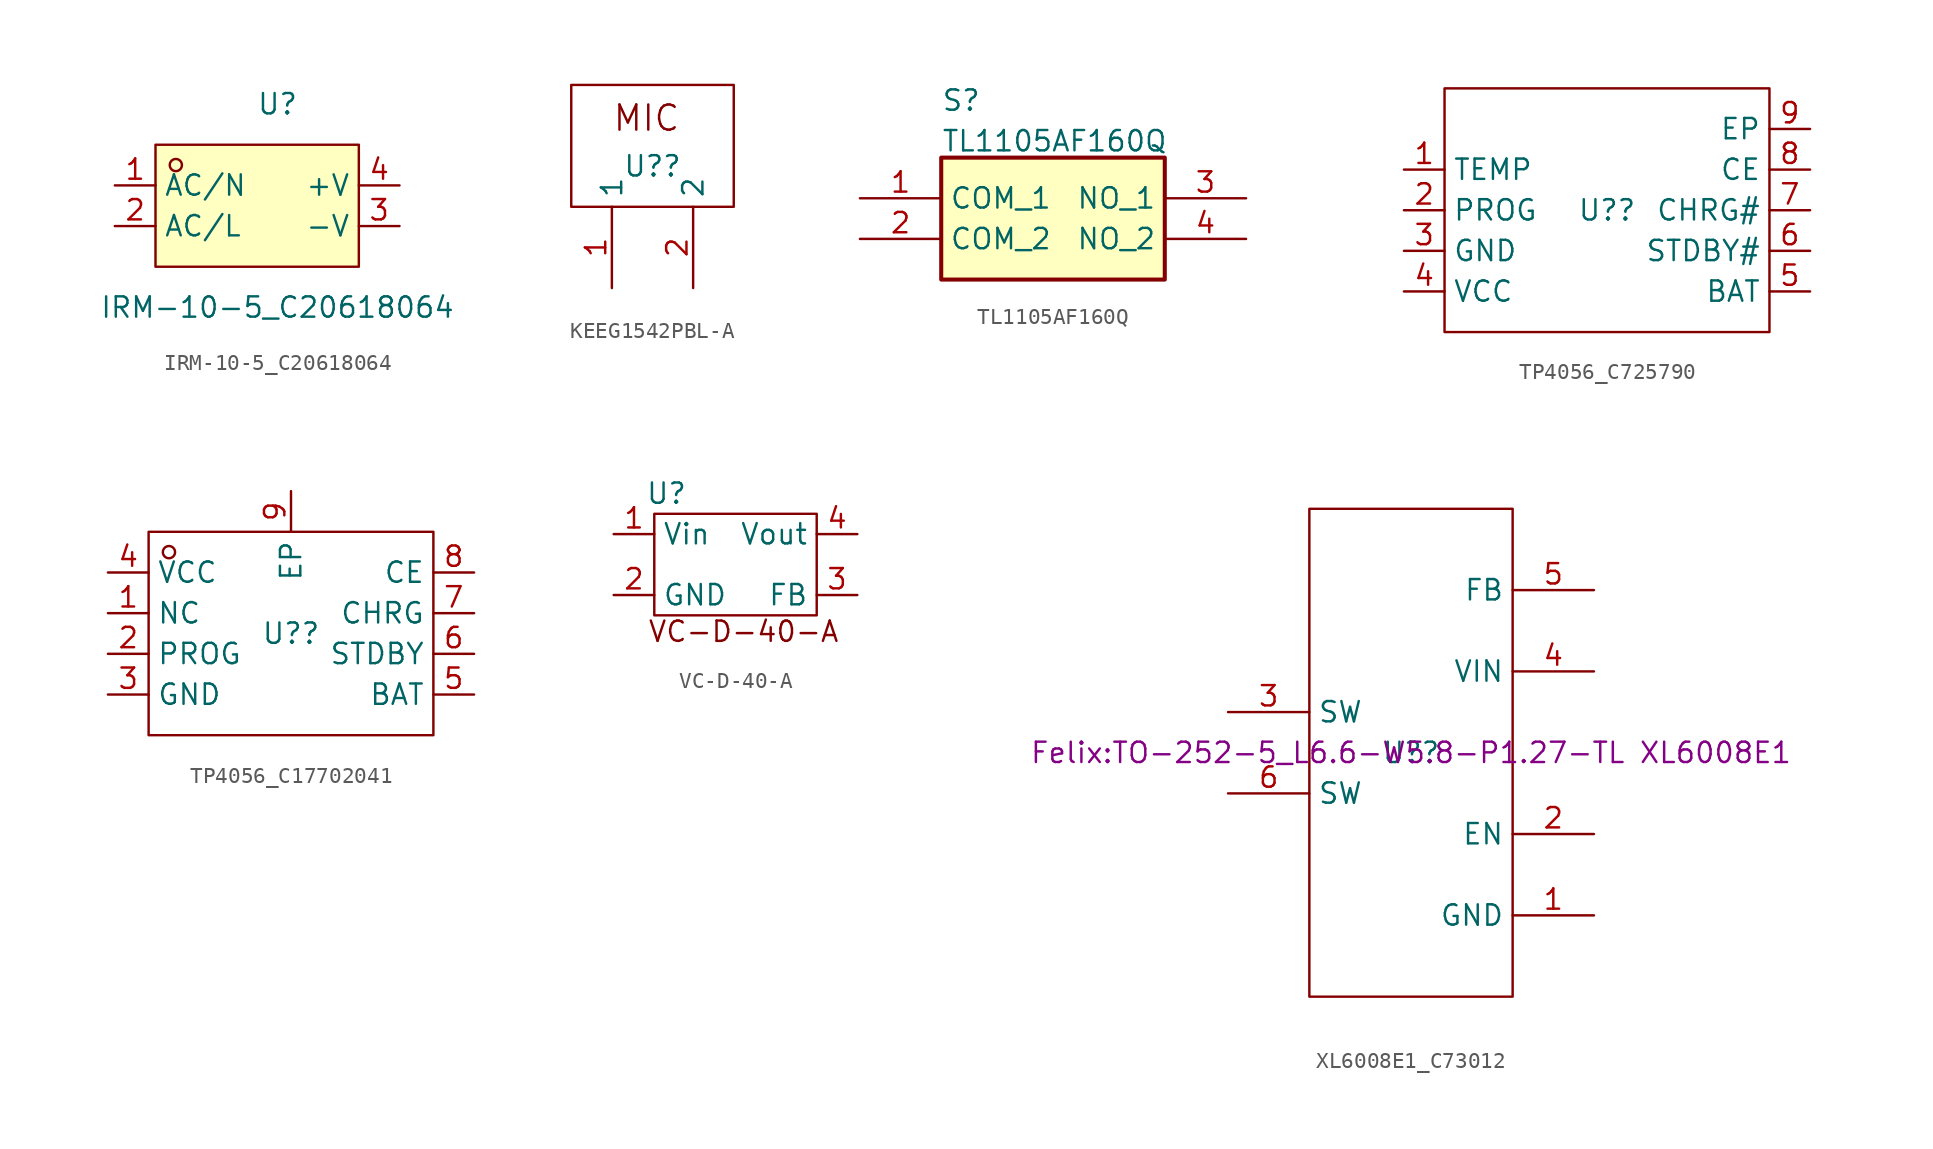
<source format=kicad_sym>
(kicad_symbol_lib
  (version 20241209)
  (generator "kicad_symbol_editor")
  (generator_version "9.0")
  (symbol "IRM-10-5_C20618064"
    (property "Reference" "U"
      (at 0 7.62 0)
      (effects (font (size 1.27 1.27))))
    (property "Value" "IRM-10-5_C20618064"
      (at 0 -5.08 0)
      (effects (font (size 1.27 1.27))))
    (symbol "IRM-10-5_C20618064_0_1"
      (rectangle (start -7.62 5.08) (end 5.08 -2.54) (stroke (width 0) (type default)) (fill (type background)))
      (circle (center -6.35 3.81) (radius 0.38) (stroke (width 0) (type default)) (fill (type none)))
      (pin unspecified line (at -10.16 2.54 0) (length 2.54) (name "AC/N" (effects (font (size 1.27 1.27)))) (number "1" (effects (font (size 1.27 1.27)))))
      (pin unspecified line (at -10.16 0 0) (length 2.54) (name "AC/L" (effects (font (size 1.27 1.27)))) (number "2" (effects (font (size 1.27 1.27)))))
      (pin unspecified line (at 7.62 2.54 180) (length 2.54) (name "+V" (effects (font (size 1.27 1.27)))) (number "4" (effects (font (size 1.27 1.27)))))
      (pin unspecified line (at 7.62 0 180) (length 2.54) (name "-V" (effects (font (size 1.27 1.27)))) (number "3" (effects (font (size 1.27 1.27)))))))
  (symbol "KEEG1542PBL-A"
    (property "Reference" "U?"
      (at 0 0 0)
      (effects (font (size 1.27 1.27))))
    (property "Value" ""
      (at 0 0 0)
      (effects (font (size 1.27 1.27))))
    (symbol "KEEG1542PBL-A_1_0"
      (rectangle (start -5.08 -2.54) (end 5.08 5.08) (stroke (width 0) (type default)) (fill (type none)))
      (text "MIC" (at -2.54 2.083 0) (effects (font (size 1.575 1.575)) (justify left bottom)))
      (pin unspecified line (at -2.54 -7.62 90) (length 5.08) (name "1" (effects (font (size 1.27 1.27)))) (number "1" (effects (font (size 1.27 1.27)))))
      (pin unspecified line (at 2.54 -7.62 90) (length 5.08) (name "2" (effects (font (size 1.27 1.27)))) (number "2" (effects (font (size 1.27 1.27)))))))
  (symbol "TL1105AF160Q"
    (property "Reference" "S"
      (at 5.08 6.858 0)
      (effects (font (size 1.27 1.27)) (justify left top)))
    (property "Value" "TL1105AF160Q"
      (at 5.08 4.318 0)
      (effects (font (size 1.27 1.27)) (justify left top)))
    (symbol "TL1105AF160Q_1_1"
      (rectangle (start 5.08 2.54) (end 19.05 -5.08) (stroke (width 0.254) (type default)) (fill (type background)))
      (pin passive line (at 0 0 0) (length 5.08) (name "COM_1" (effects (font (size 1.27 1.27)))) (number "1" (effects (font (size 1.27 1.27)))))
      (pin passive line (at 0 -2.54 0) (length 5.08) (name "COM_2" (effects (font (size 1.27 1.27)))) (number "2" (effects (font (size 1.27 1.27)))))
      (pin passive line (at 24.13 0 180) (length 5.08) (name "NO_1" (effects (font (size 1.27 1.27)))) (number "3" (effects (font (size 1.27 1.27)))))
      (pin passive line (at 24.13 -2.54 180) (length 5.08) (name "NO_2" (effects (font (size 1.27 1.27)))) (number "4" (effects (font (size 1.27 1.27)))))))
  (symbol "TP4056_C725790"
    (property "Reference" "U?"
      (at 0 0 0)
      (effects (font (size 1.27 1.27))))
    (property "Value" ""
      (at 0 0 0)
      (effects (font (size 1.27 1.27))))
    (symbol "TP4056_C725790_1_0"
      (rectangle (start -10.16 7.62) (end 10.16 -7.62) (stroke (width 0) (type default)) (fill (type none)))
      (pin unspecified line (at -12.7 2.54 0) (length 2.54) (name "TEMP" (effects (font (size 1.27 1.27)))) (number "1" (effects (font (size 1.27 1.27)))))
      (pin unspecified line (at -12.7 0 0) (length 2.54) (name "PROG" (effects (font (size 1.27 1.27)))) (number "2" (effects (font (size 1.27 1.27)))))
      (pin unspecified line (at -12.7 -2.54 0) (length 2.54) (name "GND" (effects (font (size 1.27 1.27)))) (number "3" (effects (font (size 1.27 1.27)))))
      (pin unspecified line (at -12.7 -5.08 0) (length 2.54) (name "VCC" (effects (font (size 1.27 1.27)))) (number "4" (effects (font (size 1.27 1.27)))))
      (pin unspecified line (at 12.7 5.08 180) (length 2.54) (name "EP" (effects (font (size 1.27 1.27)))) (number "9" (effects (font (size 1.27 1.27)))))
      (pin unspecified line (at 12.7 2.54 180) (length 2.54) (name "CE" (effects (font (size 1.27 1.27)))) (number "8" (effects (font (size 1.27 1.27)))))
      (pin unspecified line (at 12.7 0 180) (length 2.54) (name "CHRG#" (effects (font (size 1.27 1.27)))) (number "7" (effects (font (size 1.27 1.27)))))
      (pin unspecified line (at 12.7 -2.54 180) (length 2.54) (name "STDBY#" (effects (font (size 1.27 1.27)))) (number "6" (effects (font (size 1.27 1.27)))))
      (pin unspecified line (at 12.7 -5.08 180) (length 2.54) (name "BAT" (effects (font (size 1.27 1.27)))) (number "5" (effects (font (size 1.27 1.27)))))))
  (symbol "TP4056_C17702041"
    (property "Reference" "U?"
      (at 0 0 0)
      (effects (font (size 1.27 1.27))))
    (property "Value" ""
      (at 0 0 0)
      (effects (font (size 1.27 1.27))))
    (symbol "TP4056_C17702041_1_0"
      (rectangle (start -8.89 -6.35) (end 8.89 6.35) (stroke (width 0) (type default)) (fill (type none)))
      (circle (center -7.62 5.08) (radius 0.381) (stroke (width 0) (type default)) (fill (type none)))
      (pin unspecified line (at -11.43 3.81 0) (length 2.54) (name "VCC" (effects (font (size 1.27 1.27)))) (number "4" (effects (font (size 1.27 1.27)))))
      (pin unspecified line (at -11.43 1.27 0) (length 2.54) (name "NC" (effects (font (size 1.27 1.27)))) (number "1" (effects (font (size 1.27 1.27)))))
      (pin unspecified line (at -11.43 -1.27 0) (length 2.54) (name "PROG" (effects (font (size 1.27 1.27)))) (number "2" (effects (font (size 1.27 1.27)))))
      (pin unspecified line (at -11.43 -3.81 0) (length 2.54) (name "GND" (effects (font (size 1.27 1.27)))) (number "3" (effects (font (size 1.27 1.27)))))
      (pin unspecified line (at 0 8.89 270) (length 2.54) (name "EP" (effects (font (size 1.27 1.27)))) (number "9" (effects (font (size 1.27 1.27)))))
      (pin unspecified line (at 11.43 3.81 180) (length 2.54) (name "CE" (effects (font (size 1.27 1.27)))) (number "8" (effects (font (size 1.27 1.27)))))
      (pin unspecified line (at 11.43 1.27 180) (length 2.54) (name "CHRG" (effects (font (size 1.27 1.27)))) (number "7" (effects (font (size 1.27 1.27)))))
      (pin unspecified line (at 11.43 -1.27 180) (length 2.54) (name "STDBY" (effects (font (size 1.27 1.27)))) (number "6" (effects (font (size 1.27 1.27)))))
      (pin unspecified line (at 11.43 -3.81 180) (length 2.54) (name "BAT" (effects (font (size 1.27 1.27)))) (number "5" (effects (font (size 1.27 1.27)))))))
  (symbol "VC-D-40-A"
    (property "Reference" "U"
      (at 0.762 7.62 0)
      (effects (font (size 1.27 1.27))))
    (property "Value" ""
      (at 0 0 0)
      (effects (font (size 1.27 1.27))))
    (symbol "VC-D-40-A_0_1"
      (rectangle (start 0 6.35) (end 10.16 0) (stroke (width 0) (type default)) (fill (type none))))
    (symbol "VC-D-40-A_1_1"
      (text "VC-D-40-A" (at 5.588 -1.016 0) (effects (font (size 1.27 1.27))))
      (pin input line (at -2.54 5.08 0) (length 2.54) (name "Vin" (effects (font (size 1.27 1.27)))) (number "1" (effects (font (size 1.27 1.27)))))
      (pin input line (at -2.54 1.27 0) (length 2.54) (name "GND" (effects (font (size 1.27 1.27)))) (number "2" (effects (font (size 1.27 1.27)))))
      (pin input line (at 12.7 5.08 180) (length 2.54) (name "Vout" (effects (font (size 1.27 1.27)))) (number "4" (effects (font (size 1.27 1.27)))))
      (pin input line (at 12.7 1.27 180) (length 2.54) (name "FB" (effects (font (size 1.27 1.27)))) (number "3" (effects (font (size 1.27 1.27)))))))
  (symbol "XL6008E1_C73012"
    (property "Reference" "U?"
      (at 0 0 0)
      (effects (font (size 1.27 1.27))))
    (property "Value" ""
      (at 0 0 0)
      (effects (font (size 1.27 1.27))))
    (property "Footprint" "Felix:TO-252-5_L6.6-W5.8-P1.27-TL XL6008E1"
      (at 0 0 0)
      (effects (font (size 1.27 1.27))))
    (symbol "XL6008E1_C73012_1_0"
      (rectangle (start -6.35 15.24) (end 6.35 -15.24) (stroke (width 0) (type default)) (fill (type none)))
      (pin unspecified line (at -11.43 2.54 0) (length 5.08) (name "SW" (effects (font (size 1.27 1.27)))) (number "3" (effects (font (size 1.27 1.27)))))
      (pin unspecified line (at -11.43 -2.54 0) (length 5.08) (name "SW" (effects (font (size 1.27 1.27)))) (number "6" (effects (font (size 1.27 1.27)))))
      (pin unspecified line (at 11.43 10.16 180) (length 5.08) (name "FB" (effects (font (size 1.27 1.27)))) (number "5" (effects (font (size 1.27 1.27)))))
      (pin unspecified line (at 11.43 5.08 180) (length 5.08) (name "VIN" (effects (font (size 1.27 1.27)))) (number "4" (effects (font (size 1.27 1.27)))))
      (pin unspecified line (at 11.43 -5.08 180) (length 5.08) (name "EN" (effects (font (size 1.27 1.27)))) (number "2" (effects (font (size 1.27 1.27)))))
      (pin unspecified line (at 11.43 -10.16 180) (length 5.08) (name "GND" (effects (font (size 1.27 1.27)))) (number "1" (effects (font (size 1.27 1.27))))))))
</source>
